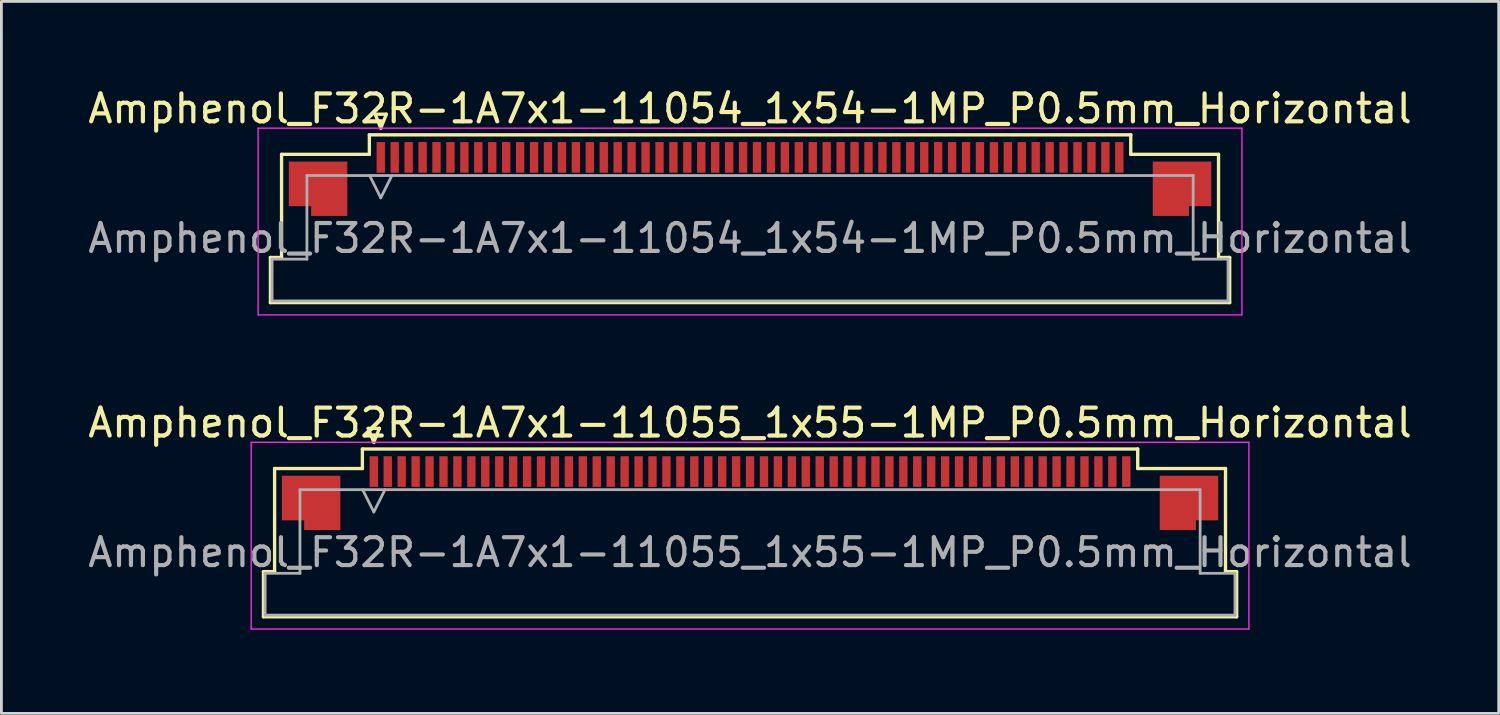
<source format=kicad_pcb>
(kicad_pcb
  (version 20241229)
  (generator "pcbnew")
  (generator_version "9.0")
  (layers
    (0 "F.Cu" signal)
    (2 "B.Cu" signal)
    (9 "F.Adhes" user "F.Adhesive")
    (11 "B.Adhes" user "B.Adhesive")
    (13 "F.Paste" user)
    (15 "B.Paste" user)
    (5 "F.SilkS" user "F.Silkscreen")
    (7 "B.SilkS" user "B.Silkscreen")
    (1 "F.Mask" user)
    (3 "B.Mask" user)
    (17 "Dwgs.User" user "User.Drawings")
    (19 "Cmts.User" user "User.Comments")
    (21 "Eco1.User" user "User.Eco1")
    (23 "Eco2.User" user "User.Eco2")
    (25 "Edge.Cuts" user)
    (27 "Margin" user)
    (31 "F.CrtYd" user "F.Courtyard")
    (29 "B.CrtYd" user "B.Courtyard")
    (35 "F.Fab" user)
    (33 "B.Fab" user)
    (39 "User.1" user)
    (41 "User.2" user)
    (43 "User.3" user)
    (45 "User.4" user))
  (footprint "Amphenol_F32R-1A7x1-11055_1x55-1MP_P0.5mm_Horizontal"
    (layer "F.Cu")
    (at 23.863 16.771)
    (property "Reference" "Amphenol_F32R-1A7x1-11055_1x55-1MP_P0.5mm_Horizontal" (at 0 -4.65 0) (layer "F.SilkS") (effects (font (size 1 1) (thickness 0.15))))
    (attr smd)
    (fp_line (start -17.46 0.69) (end -17.06 0.69) (stroke (width 0.12) (type solid)) (layer "F.SilkS"))
    (fp_line (start -17.46 2.31) (end -17.46 0.69) (stroke (width 0.12) (type solid)) (layer "F.SilkS"))
    (fp_line (start -17.06 -3.01) (end -13.91 -3.01) (stroke (width 0.12) (type solid)) (layer "F.SilkS"))
    (fp_line (start -17.06 0.69) (end -17.06 -3.01) (stroke (width 0.12) (type solid)) (layer "F.SilkS"))
    (fp_line (start -13.91 -3.71) (end 13.91 -3.71) (stroke (width 0.12) (type solid)) (layer "F.SilkS"))
    (fp_line (start -13.91 -3.01) (end -13.91 -3.71) (stroke (width 0.12) (type solid)) (layer "F.SilkS"))
    (fp_line (start -13.7 -4.45) (end -13.5 -3.95) (stroke (width 0.12) (type solid)) (layer "F.SilkS"))
    (fp_line (start -13.5 -3.95) (end -13.3 -4.45) (stroke (width 0.12) (type solid)) (layer "F.SilkS"))
    (fp_line (start -13.3 -4.45) (end -13.7 -4.45) (stroke (width 0.12) (type solid)) (layer "F.SilkS"))
    (fp_line (start 13.91 -3.71) (end 13.91 -3.01) (stroke (width 0.12) (type solid)) (layer "F.SilkS"))
    (fp_line (start 13.91 -3.01) (end 17.06 -3.01) (stroke (width 0.12) (type solid)) (layer "F.SilkS"))
    (fp_line (start 17.06 -3.01) (end 17.06 0.69) (stroke (width 0.12) (type solid)) (layer "F.SilkS"))
    (fp_line (start 17.06 0.69) (end 17.46 0.69) (stroke (width 0.12) (type solid)) (layer "F.SilkS"))
    (fp_line (start 17.46 0.69) (end 17.46 2.31) (stroke (width 0.12) (type solid)) (layer "F.SilkS"))
    (fp_line (start 17.46 2.31) (end -17.46 2.31) (stroke (width 0.12) (type solid)) (layer "F.SilkS"))
    (fp_line (start -17.9 -3.95) (end -17.9 2.75) (stroke (width 0.05) (type solid)) (layer "F.CrtYd"))
    (fp_line (start -17.9 2.75) (end 17.9 2.75) (stroke (width 0.05) (type solid)) (layer "F.CrtYd"))
    (fp_line (start 17.9 -3.95) (end -17.9 -3.95) (stroke (width 0.05) (type solid)) (layer "F.CrtYd"))
    (fp_line (start 17.9 2.75) (end 17.9 -3.95) (stroke (width 0.05) (type solid)) (layer "F.CrtYd"))
    (fp_line (start -17.4 0.75) (end -16.15 0.75) (stroke (width 0.1) (type solid)) (layer "F.Fab"))
    (fp_line (start -17.4 2.25) (end -17.4 0.75) (stroke (width 0.1) (type solid)) (layer "F.Fab"))
    (fp_line (start -16.15 -2.25) (end 16.15 -2.25) (stroke (width 0.1) (type solid)) (layer "F.Fab"))
    (fp_line (start -16.15 0.75) (end -16.15 -2.25) (stroke (width 0.1) (type solid)) (layer "F.Fab"))
    (fp_line (start -13.9 -2.25) (end -13.5 -1.45) (stroke (width 0.1) (type solid)) (layer "F.Fab"))
    (fp_line (start -13.5 -1.45) (end -13.1 -2.25) (stroke (width 0.1) (type solid)) (layer "F.Fab"))
    (fp_line (start 16.15 -2.25) (end 16.15 0.75) (stroke (width 0.1) (type solid)) (layer "F.Fab"))
    (fp_line (start 16.15 0.75) (end 17.4 0.75) (stroke (width 0.1) (type solid)) (layer "F.Fab"))
    (fp_line (start 17.4 0.75) (end 17.4 2.25) (stroke (width 0.1) (type solid)) (layer "F.Fab"))
    (fp_line (start 17.4 2.25) (end -17.4 2.25) (stroke (width 0.1) (type solid)) (layer "F.Fab"))
    (fp_text user "${REFERENCE}" (at 0 0 0) (layer "F.Fab") (effects (font (size 1 1) (thickness 0.15))))
    (pad "1" smd rect (at -13.5 -2.9) (size 0.3 1.1) (layers "F.Cu" "F.Mask" "F.Paste"))
    (pad "2" smd rect (at -13 -2.9) (size 0.3 1.1) (layers "F.Cu" "F.Mask" "F.Paste"))
    (pad "3" smd rect (at -12.5 -2.9) (size 0.3 1.1) (layers "F.Cu" "F.Mask" "F.Paste"))
    (pad "4" smd rect (at -12 -2.9) (size 0.3 1.1) (layers "F.Cu" "F.Mask" "F.Paste"))
    (pad "5" smd rect (at -11.5 -2.9) (size 0.3 1.1) (layers "F.Cu" "F.Mask" "F.Paste"))
    (pad "6" smd rect (at -11 -2.9) (size 0.3 1.1) (layers "F.Cu" "F.Mask" "F.Paste"))
    (pad "7" smd rect (at -10.5 -2.9) (size 0.3 1.1) (layers "F.Cu" "F.Mask" "F.Paste"))
    (pad "8" smd rect (at -10 -2.9) (size 0.3 1.1) (layers "F.Cu" "F.Mask" "F.Paste"))
    (pad "9" smd rect (at -9.5 -2.9) (size 0.3 1.1) (layers "F.Cu" "F.Mask" "F.Paste"))
    (pad "10" smd rect (at -9 -2.9) (size 0.3 1.1) (layers "F.Cu" "F.Mask" "F.Paste"))
    (pad "11" smd rect (at -8.5 -2.9) (size 0.3 1.1) (layers "F.Cu" "F.Mask" "F.Paste"))
    (pad "12" smd rect (at -8 -2.9) (size 0.3 1.1) (layers "F.Cu" "F.Mask" "F.Paste"))
    (pad "13" smd rect (at -7.5 -2.9) (size 0.3 1.1) (layers "F.Cu" "F.Mask" "F.Paste"))
    (pad "14" smd rect (at -7 -2.9) (size 0.3 1.1) (layers "F.Cu" "F.Mask" "F.Paste"))
    (pad "15" smd rect (at -6.5 -2.9) (size 0.3 1.1) (layers "F.Cu" "F.Mask" "F.Paste"))
    (pad "16" smd rect (at -6 -2.9) (size 0.3 1.1) (layers "F.Cu" "F.Mask" "F.Paste"))
    (pad "17" smd rect (at -5.5 -2.9) (size 0.3 1.1) (layers "F.Cu" "F.Mask" "F.Paste"))
    (pad "18" smd rect (at -5 -2.9) (size 0.3 1.1) (layers "F.Cu" "F.Mask" "F.Paste"))
    (pad "19" smd rect (at -4.5 -2.9) (size 0.3 1.1) (layers "F.Cu" "F.Mask" "F.Paste"))
    (pad "20" smd rect (at -4 -2.9) (size 0.3 1.1) (layers "F.Cu" "F.Mask" "F.Paste"))
    (pad "21" smd rect (at -3.5 -2.9) (size 0.3 1.1) (layers "F.Cu" "F.Mask" "F.Paste"))
    (pad "22" smd rect (at -3 -2.9) (size 0.3 1.1) (layers "F.Cu" "F.Mask" "F.Paste"))
    (pad "23" smd rect (at -2.5 -2.9) (size 0.3 1.1) (layers "F.Cu" "F.Mask" "F.Paste"))
    (pad "24" smd rect (at -2 -2.9) (size 0.3 1.1) (layers "F.Cu" "F.Mask" "F.Paste"))
    (pad "25" smd rect (at -1.5 -2.9) (size 0.3 1.1) (layers "F.Cu" "F.Mask" "F.Paste"))
    (pad "26" smd rect (at -1 -2.9) (size 0.3 1.1) (layers "F.Cu" "F.Mask" "F.Paste"))
    (pad "27" smd rect (at -0.5 -2.9) (size 0.3 1.1) (layers "F.Cu" "F.Mask" "F.Paste"))
    (pad "28" smd rect (at 0 -2.9) (size 0.3 1.1) (layers "F.Cu" "F.Mask" "F.Paste"))
    (pad "29" smd rect (at 0.5 -2.9) (size 0.3 1.1) (layers "F.Cu" "F.Mask" "F.Paste"))
    (pad "30" smd rect (at 1 -2.9) (size 0.3 1.1) (layers "F.Cu" "F.Mask" "F.Paste"))
    (pad "31" smd rect (at 1.5 -2.9) (size 0.3 1.1) (layers "F.Cu" "F.Mask" "F.Paste"))
    (pad "32" smd rect (at 2 -2.9) (size 0.3 1.1) (layers "F.Cu" "F.Mask" "F.Paste"))
    (pad "33" smd rect (at 2.5 -2.9) (size 0.3 1.1) (layers "F.Cu" "F.Mask" "F.Paste"))
    (pad "34" smd rect (at 3 -2.9) (size 0.3 1.1) (layers "F.Cu" "F.Mask" "F.Paste"))
    (pad "35" smd rect (at 3.5 -2.9) (size 0.3 1.1) (layers "F.Cu" "F.Mask" "F.Paste"))
    (pad "36" smd rect (at 4 -2.9) (size 0.3 1.1) (layers "F.Cu" "F.Mask" "F.Paste"))
    (pad "37" smd rect (at 4.5 -2.9) (size 0.3 1.1) (layers "F.Cu" "F.Mask" "F.Paste"))
    (pad "38" smd rect (at 5 -2.9) (size 0.3 1.1) (layers "F.Cu" "F.Mask" "F.Paste"))
    (pad "39" smd rect (at 5.5 -2.9) (size 0.3 1.1) (layers "F.Cu" "F.Mask" "F.Paste"))
    (pad "40" smd rect (at 6 -2.9) (size 0.3 1.1) (layers "F.Cu" "F.Mask" "F.Paste"))
    (pad "41" smd rect (at 6.5 -2.9) (size 0.3 1.1) (layers "F.Cu" "F.Mask" "F.Paste"))
    (pad "42" smd rect (at 7 -2.9) (size 0.3 1.1) (layers "F.Cu" "F.Mask" "F.Paste"))
    (pad "43" smd rect (at 7.5 -2.9) (size 0.3 1.1) (layers "F.Cu" "F.Mask" "F.Paste"))
    (pad "44" smd rect (at 8 -2.9) (size 0.3 1.1) (layers "F.Cu" "F.Mask" "F.Paste"))
    (pad "45" smd rect (at 8.5 -2.9) (size 0.3 1.1) (layers "F.Cu" "F.Mask" "F.Paste"))
    (pad "46" smd rect (at 9 -2.9) (size 0.3 1.1) (layers "F.Cu" "F.Mask" "F.Paste"))
    (pad "47" smd rect (at 9.5 -2.9) (size 0.3 1.1) (layers "F.Cu" "F.Mask" "F.Paste"))
    (pad "48" smd rect (at 10 -2.9) (size 0.3 1.1) (layers "F.Cu" "F.Mask" "F.Paste"))
    (pad "49" smd rect (at 10.5 -2.9) (size 0.3 1.1) (layers "F.Cu" "F.Mask" "F.Paste"))
    (pad "50" smd rect (at 11 -2.9) (size 0.3 1.1) (layers "F.Cu" "F.Mask" "F.Paste"))
    (pad "51" smd rect (at 11.5 -2.9) (size 0.3 1.1) (layers "F.Cu" "F.Mask" "F.Paste"))
    (pad "52" smd rect (at 12 -2.9) (size 0.3 1.1) (layers "F.Cu" "F.Mask" "F.Paste"))
    (pad "53" smd rect (at 12.5 -2.9) (size 0.3 1.1) (layers "F.Cu" "F.Mask" "F.Paste"))
    (pad "54" smd rect (at 13 -2.9) (size 0.3 1.1) (layers "F.Cu" "F.Mask" "F.Paste"))
    (pad "55" smd rect (at 13.5 -2.9) (size 0.3 1.1) (layers "F.Cu" "F.Mask" "F.Paste"))
    (pad "MP" smd custom (at -15.75 -1.775) (size 1 1) (layers "F.Cu" "F.Mask" "F.Paste") (options (anchor circle)) (primitives (gr_poly (pts (xy 1.05 -0.975) (xy 1.05 0.975) (xy -0.25 0.975) (xy -0.25 0.625) (xy -1.05 0.625) (xy -1.05 -0.975) (xy 1.05 -0.975)) (width 0) (fill yes))))
    (pad "MP" smd custom (at 15.75 -1.775) (size 1 1) (layers "F.Cu" "F.Mask" "F.Paste") (options (anchor circle)) (primitives (gr_poly (pts (xy -1.05 -0.975) (xy -1.05 0.975) (xy 0.25 0.975) (xy 0.25 0.625) (xy 1.05 0.625) (xy 1.05 -0.975) (xy -1.05 -0.975)) (width 0) (fill yes)))))
  (footprint "Amphenol_F32R-1A7x1-11054_1x54-1MP_P0.5mm_Horizontal"
    (layer "F.Cu")
    (at 23.863 5.498)
    (property "Reference" "Amphenol_F32R-1A7x1-11054_1x54-1MP_P0.5mm_Horizontal" (at 0 -4.65 0) (layer "F.SilkS") (effects (font (size 1 1) (thickness 0.15))))
    (attr smd)
    (fp_line (start -17.21 0.69) (end -16.81 0.69) (stroke (width 0.12) (type solid)) (layer "F.SilkS"))
    (fp_line (start -17.21 2.31) (end -17.21 0.69) (stroke (width 0.12) (type solid)) (layer "F.SilkS"))
    (fp_line (start -16.81 -3.01) (end -13.66 -3.01) (stroke (width 0.12) (type solid)) (layer "F.SilkS"))
    (fp_line (start -16.81 0.69) (end -16.81 -3.01) (stroke (width 0.12) (type solid)) (layer "F.SilkS"))
    (fp_line (start -13.66 -3.71) (end 13.66 -3.71) (stroke (width 0.12) (type solid)) (layer "F.SilkS"))
    (fp_line (start -13.66 -3.01) (end -13.66 -3.71) (stroke (width 0.12) (type solid)) (layer "F.SilkS"))
    (fp_line (start -13.45 -4.45) (end -13.25 -3.95) (stroke (width 0.12) (type solid)) (layer "F.SilkS"))
    (fp_line (start -13.25 -3.95) (end -13.05 -4.45) (stroke (width 0.12) (type solid)) (layer "F.SilkS"))
    (fp_line (start -13.05 -4.45) (end -13.45 -4.45) (stroke (width 0.12) (type solid)) (layer "F.SilkS"))
    (fp_line (start 13.66 -3.71) (end 13.66 -3.01) (stroke (width 0.12) (type solid)) (layer "F.SilkS"))
    (fp_line (start 13.66 -3.01) (end 16.81 -3.01) (stroke (width 0.12) (type solid)) (layer "F.SilkS"))
    (fp_line (start 16.81 -3.01) (end 16.81 0.69) (stroke (width 0.12) (type solid)) (layer "F.SilkS"))
    (fp_line (start 16.81 0.69) (end 17.21 0.69) (stroke (width 0.12) (type solid)) (layer "F.SilkS"))
    (fp_line (start 17.21 0.69) (end 17.21 2.31) (stroke (width 0.12) (type solid)) (layer "F.SilkS"))
    (fp_line (start 17.21 2.31) (end -17.21 2.31) (stroke (width 0.12) (type solid)) (layer "F.SilkS"))
    (fp_line (start -17.65 -3.95) (end -17.65 2.75) (stroke (width 0.05) (type solid)) (layer "F.CrtYd"))
    (fp_line (start -17.65 2.75) (end 17.65 2.75) (stroke (width 0.05) (type solid)) (layer "F.CrtYd"))
    (fp_line (start 17.65 -3.95) (end -17.65 -3.95) (stroke (width 0.05) (type solid)) (layer "F.CrtYd"))
    (fp_line (start 17.65 2.75) (end 17.65 -3.95) (stroke (width 0.05) (type solid)) (layer "F.CrtYd"))
    (fp_line (start -17.15 0.75) (end -15.9 0.75) (stroke (width 0.1) (type solid)) (layer "F.Fab"))
    (fp_line (start -17.15 2.25) (end -17.15 0.75) (stroke (width 0.1) (type solid)) (layer "F.Fab"))
    (fp_line (start -15.9 -2.25) (end 15.9 -2.25) (stroke (width 0.1) (type solid)) (layer "F.Fab"))
    (fp_line (start -15.9 0.75) (end -15.9 -2.25) (stroke (width 0.1) (type solid)) (layer "F.Fab"))
    (fp_line (start -13.65 -2.25) (end -13.25 -1.45) (stroke (width 0.1) (type solid)) (layer "F.Fab"))
    (fp_line (start -13.25 -1.45) (end -12.85 -2.25) (stroke (width 0.1) (type solid)) (layer "F.Fab"))
    (fp_line (start 15.9 -2.25) (end 15.9 0.75) (stroke (width 0.1) (type solid)) (layer "F.Fab"))
    (fp_line (start 15.9 0.75) (end 17.15 0.75) (stroke (width 0.1) (type solid)) (layer "F.Fab"))
    (fp_line (start 17.15 0.75) (end 17.15 2.25) (stroke (width 0.1) (type solid)) (layer "F.Fab"))
    (fp_line (start 17.15 2.25) (end -17.15 2.25) (stroke (width 0.1) (type solid)) (layer "F.Fab"))
    (fp_text user "${REFERENCE}" (at 0 0 0) (layer "F.Fab") (effects (font (size 1 1) (thickness 0.15))))
    (pad "1" smd rect (at -13.25 -2.9) (size 0.3 1.1) (layers "F.Cu" "F.Mask" "F.Paste"))
    (pad "2" smd rect (at -12.75 -2.9) (size 0.3 1.1) (layers "F.Cu" "F.Mask" "F.Paste"))
    (pad "3" smd rect (at -12.25 -2.9) (size 0.3 1.1) (layers "F.Cu" "F.Mask" "F.Paste"))
    (pad "4" smd rect (at -11.75 -2.9) (size 0.3 1.1) (layers "F.Cu" "F.Mask" "F.Paste"))
    (pad "5" smd rect (at -11.25 -2.9) (size 0.3 1.1) (layers "F.Cu" "F.Mask" "F.Paste"))
    (pad "6" smd rect (at -10.75 -2.9) (size 0.3 1.1) (layers "F.Cu" "F.Mask" "F.Paste"))
    (pad "7" smd rect (at -10.25 -2.9) (size 0.3 1.1) (layers "F.Cu" "F.Mask" "F.Paste"))
    (pad "8" smd rect (at -9.75 -2.9) (size 0.3 1.1) (layers "F.Cu" "F.Mask" "F.Paste"))
    (pad "9" smd rect (at -9.25 -2.9) (size 0.3 1.1) (layers "F.Cu" "F.Mask" "F.Paste"))
    (pad "10" smd rect (at -8.75 -2.9) (size 0.3 1.1) (layers "F.Cu" "F.Mask" "F.Paste"))
    (pad "11" smd rect (at -8.25 -2.9) (size 0.3 1.1) (layers "F.Cu" "F.Mask" "F.Paste"))
    (pad "12" smd rect (at -7.75 -2.9) (size 0.3 1.1) (layers "F.Cu" "F.Mask" "F.Paste"))
    (pad "13" smd rect (at -7.25 -2.9) (size 0.3 1.1) (layers "F.Cu" "F.Mask" "F.Paste"))
    (pad "14" smd rect (at -6.75 -2.9) (size 0.3 1.1) (layers "F.Cu" "F.Mask" "F.Paste"))
    (pad "15" smd rect (at -6.25 -2.9) (size 0.3 1.1) (layers "F.Cu" "F.Mask" "F.Paste"))
    (pad "16" smd rect (at -5.75 -2.9) (size 0.3 1.1) (layers "F.Cu" "F.Mask" "F.Paste"))
    (pad "17" smd rect (at -5.25 -2.9) (size 0.3 1.1) (layers "F.Cu" "F.Mask" "F.Paste"))
    (pad "18" smd rect (at -4.75 -2.9) (size 0.3 1.1) (layers "F.Cu" "F.Mask" "F.Paste"))
    (pad "19" smd rect (at -4.25 -2.9) (size 0.3 1.1) (layers "F.Cu" "F.Mask" "F.Paste"))
    (pad "20" smd rect (at -3.75 -2.9) (size 0.3 1.1) (layers "F.Cu" "F.Mask" "F.Paste"))
    (pad "21" smd rect (at -3.25 -2.9) (size 0.3 1.1) (layers "F.Cu" "F.Mask" "F.Paste"))
    (pad "22" smd rect (at -2.75 -2.9) (size 0.3 1.1) (layers "F.Cu" "F.Mask" "F.Paste"))
    (pad "23" smd rect (at -2.25 -2.9) (size 0.3 1.1) (layers "F.Cu" "F.Mask" "F.Paste"))
    (pad "24" smd rect (at -1.75 -2.9) (size 0.3 1.1) (layers "F.Cu" "F.Mask" "F.Paste"))
    (pad "25" smd rect (at -1.25 -2.9) (size 0.3 1.1) (layers "F.Cu" "F.Mask" "F.Paste"))
    (pad "26" smd rect (at -0.75 -2.9) (size 0.3 1.1) (layers "F.Cu" "F.Mask" "F.Paste"))
    (pad "27" smd rect (at -0.25 -2.9) (size 0.3 1.1) (layers "F.Cu" "F.Mask" "F.Paste"))
    (pad "28" smd rect (at 0.25 -2.9) (size 0.3 1.1) (layers "F.Cu" "F.Mask" "F.Paste"))
    (pad "29" smd rect (at 0.75 -2.9) (size 0.3 1.1) (layers "F.Cu" "F.Mask" "F.Paste"))
    (pad "30" smd rect (at 1.25 -2.9) (size 0.3 1.1) (layers "F.Cu" "F.Mask" "F.Paste"))
    (pad "31" smd rect (at 1.75 -2.9) (size 0.3 1.1) (layers "F.Cu" "F.Mask" "F.Paste"))
    (pad "32" smd rect (at 2.25 -2.9) (size 0.3 1.1) (layers "F.Cu" "F.Mask" "F.Paste"))
    (pad "33" smd rect (at 2.75 -2.9) (size 0.3 1.1) (layers "F.Cu" "F.Mask" "F.Paste"))
    (pad "34" smd rect (at 3.25 -2.9) (size 0.3 1.1) (layers "F.Cu" "F.Mask" "F.Paste"))
    (pad "35" smd rect (at 3.75 -2.9) (size 0.3 1.1) (layers "F.Cu" "F.Mask" "F.Paste"))
    (pad "36" smd rect (at 4.25 -2.9) (size 0.3 1.1) (layers "F.Cu" "F.Mask" "F.Paste"))
    (pad "37" smd rect (at 4.75 -2.9) (size 0.3 1.1) (layers "F.Cu" "F.Mask" "F.Paste"))
    (pad "38" smd rect (at 5.25 -2.9) (size 0.3 1.1) (layers "F.Cu" "F.Mask" "F.Paste"))
    (pad "39" smd rect (at 5.75 -2.9) (size 0.3 1.1) (layers "F.Cu" "F.Mask" "F.Paste"))
    (pad "40" smd rect (at 6.25 -2.9) (size 0.3 1.1) (layers "F.Cu" "F.Mask" "F.Paste"))
    (pad "41" smd rect (at 6.75 -2.9) (size 0.3 1.1) (layers "F.Cu" "F.Mask" "F.Paste"))
    (pad "42" smd rect (at 7.25 -2.9) (size 0.3 1.1) (layers "F.Cu" "F.Mask" "F.Paste"))
    (pad "43" smd rect (at 7.75 -2.9) (size 0.3 1.1) (layers "F.Cu" "F.Mask" "F.Paste"))
    (pad "44" smd rect (at 8.25 -2.9) (size 0.3 1.1) (layers "F.Cu" "F.Mask" "F.Paste"))
    (pad "45" smd rect (at 8.75 -2.9) (size 0.3 1.1) (layers "F.Cu" "F.Mask" "F.Paste"))
    (pad "46" smd rect (at 9.25 -2.9) (size 0.3 1.1) (layers "F.Cu" "F.Mask" "F.Paste"))
    (pad "47" smd rect (at 9.75 -2.9) (size 0.3 1.1) (layers "F.Cu" "F.Mask" "F.Paste"))
    (pad "48" smd rect (at 10.25 -2.9) (size 0.3 1.1) (layers "F.Cu" "F.Mask" "F.Paste"))
    (pad "49" smd rect (at 10.75 -2.9) (size 0.3 1.1) (layers "F.Cu" "F.Mask" "F.Paste"))
    (pad "50" smd rect (at 11.25 -2.9) (size 0.3 1.1) (layers "F.Cu" "F.Mask" "F.Paste"))
    (pad "51" smd rect (at 11.75 -2.9) (size 0.3 1.1) (layers "F.Cu" "F.Mask" "F.Paste"))
    (pad "52" smd rect (at 12.25 -2.9) (size 0.3 1.1) (layers "F.Cu" "F.Mask" "F.Paste"))
    (pad "53" smd rect (at 12.75 -2.9) (size 0.3 1.1) (layers "F.Cu" "F.Mask" "F.Paste"))
    (pad "54" smd rect (at 13.25 -2.9) (size 0.3 1.1) (layers "F.Cu" "F.Mask" "F.Paste"))
    (pad "MP" smd custom (at -15.5 -1.775) (size 1 1) (layers "F.Cu" "F.Mask" "F.Paste") (options (anchor circle)) (primitives (gr_poly (pts (xy 1.05 -0.975) (xy 1.05 0.975) (xy -0.25 0.975) (xy -0.25 0.625) (xy -1.05 0.625) (xy -1.05 -0.975) (xy 1.05 -0.975)) (width 0) (fill yes))))
    (pad "MP" smd custom (at 15.5 -1.775) (size 1 1) (layers "F.Cu" "F.Mask" "F.Paste") (options (anchor circle)) (primitives (gr_poly (pts (xy -1.05 -0.975) (xy -1.05 0.975) (xy 0.25 0.975) (xy 0.25 0.625) (xy 1.05 0.625) (xy 1.05 -0.975) (xy -1.05 -0.975)) (width 0) (fill yes)))))
  (gr_rect
    (start -3 -3)
    (end 50.726 22.547)
    (stroke (width 0.1) (type default))
    (fill no)
    (layer "Edge.Cuts")))
</source>
